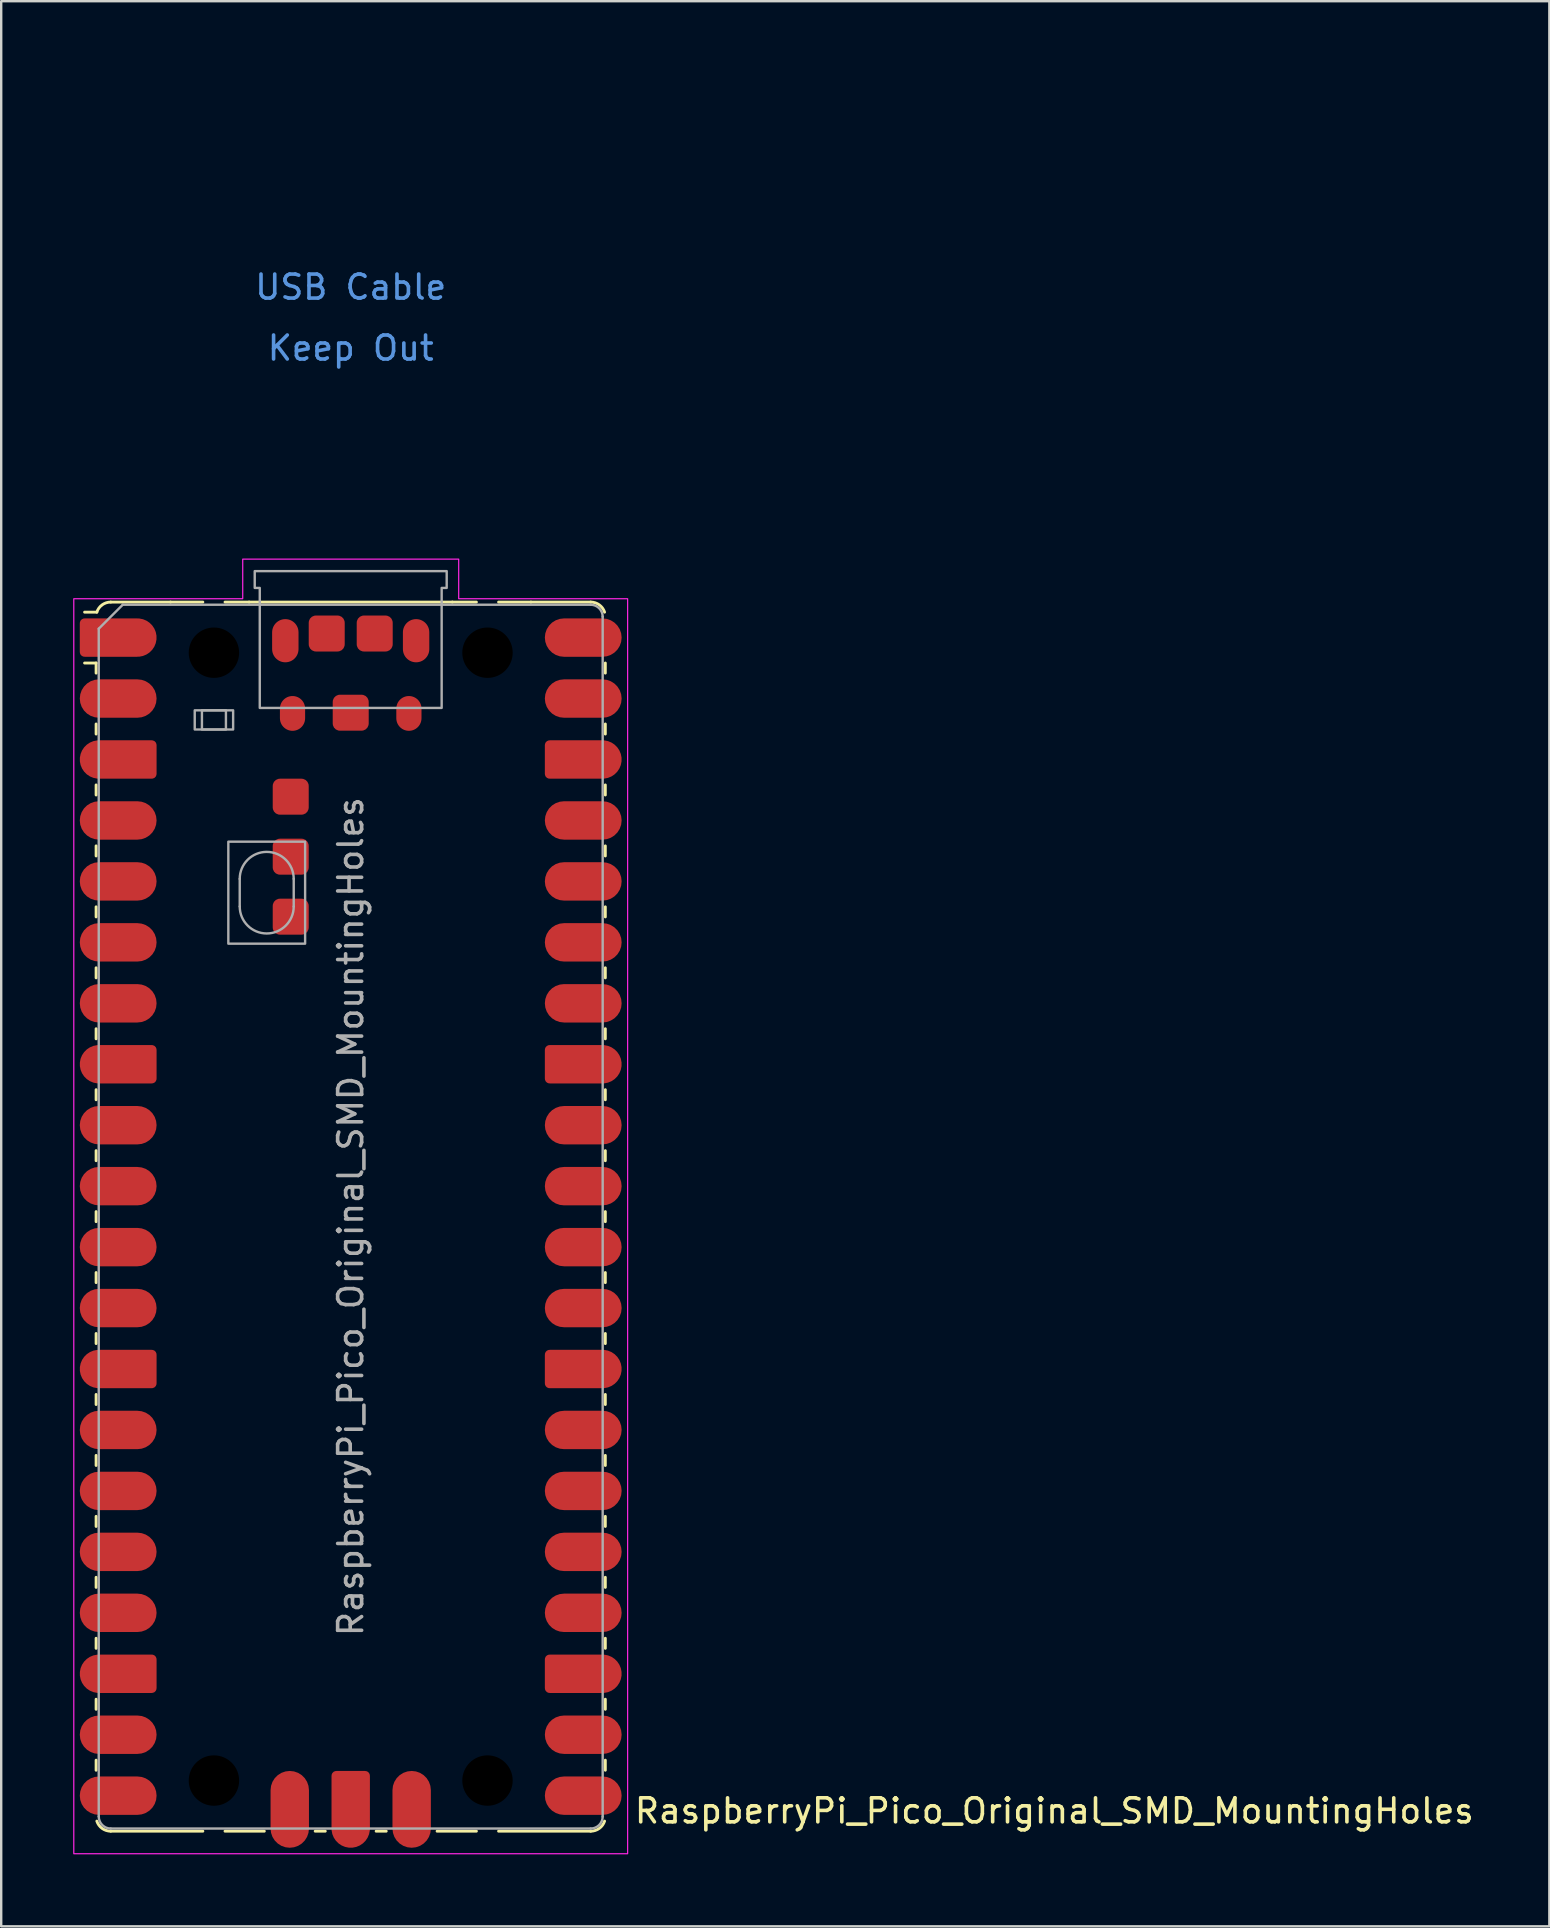
<source format=kicad_pcb>
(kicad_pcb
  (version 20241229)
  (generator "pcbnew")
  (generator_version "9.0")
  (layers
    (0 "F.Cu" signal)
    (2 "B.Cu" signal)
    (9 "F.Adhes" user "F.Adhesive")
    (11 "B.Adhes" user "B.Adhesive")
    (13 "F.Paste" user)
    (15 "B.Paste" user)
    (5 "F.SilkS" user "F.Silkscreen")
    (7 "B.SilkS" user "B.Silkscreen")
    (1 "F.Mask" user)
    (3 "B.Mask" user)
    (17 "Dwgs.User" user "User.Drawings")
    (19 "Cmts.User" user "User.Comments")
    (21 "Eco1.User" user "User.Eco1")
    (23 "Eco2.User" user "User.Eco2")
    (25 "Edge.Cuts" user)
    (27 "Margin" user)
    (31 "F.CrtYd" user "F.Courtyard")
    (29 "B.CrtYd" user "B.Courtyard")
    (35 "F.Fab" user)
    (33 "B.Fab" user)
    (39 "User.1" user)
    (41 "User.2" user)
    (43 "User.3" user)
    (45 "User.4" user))
  (footprint "RaspberryPi_Pico_Original_SMD_MountingHoles"
    (layer "F.Cu")
    (at 11.565 47.65)
    (property "Reference" "RaspberryPi_Pico_Original_SMD_MountingHoles" (at 11.748 24.765 0) (unlocked yes) (layer "F.SilkS") (effects (font (size 1 1) (thickness 0.15)) (justify left)))
    (attr smd)
    (fp_line (start -10.61 -23.07) (end -11.09 -23.07) (stroke (width 0.12) (type solid)) (layer "F.SilkS"))
    (fp_line (start -10.61 -23.07) (end -10.61 -22.65) (stroke (width 0.12) (type solid)) (layer "F.SilkS"))
    (fp_line (start -10.61 -20.53) (end -10.61 -20.11) (stroke (width 0.12) (type solid)) (layer "F.SilkS"))
    (fp_line (start -10.61 -17.99) (end -10.61 -17.57) (stroke (width 0.12) (type solid)) (layer "F.SilkS"))
    (fp_line (start -10.61 -15.45) (end -10.61 -15.03) (stroke (width 0.12) (type solid)) (layer "F.SilkS"))
    (fp_line (start -10.61 -12.91) (end -10.61 -12.49) (stroke (width 0.12) (type solid)) (layer "F.SilkS"))
    (fp_line (start -10.61 -10.37) (end -10.61 -9.95) (stroke (width 0.12) (type solid)) (layer "F.SilkS"))
    (fp_line (start -10.61 -7.83) (end -10.61 -7.41) (stroke (width 0.12) (type solid)) (layer "F.SilkS"))
    (fp_line (start -10.61 -5.29) (end -10.61 -4.87) (stroke (width 0.12) (type solid)) (layer "F.SilkS"))
    (fp_line (start -10.61 -2.75) (end -10.61 -2.33) (stroke (width 0.12) (type solid)) (layer "F.SilkS"))
    (fp_line (start -10.61 -0.21) (end -10.61 0.21) (stroke (width 0.12) (type solid)) (layer "F.SilkS"))
    (fp_line (start -10.61 2.33) (end -10.61 2.75) (stroke (width 0.12) (type solid)) (layer "F.SilkS"))
    (fp_line (start -10.61 4.87) (end -10.61 5.29) (stroke (width 0.12) (type solid)) (layer "F.SilkS"))
    (fp_line (start -10.61 7.41) (end -10.61 7.83) (stroke (width 0.12) (type solid)) (layer "F.SilkS"))
    (fp_line (start -10.61 9.95) (end -10.61 10.37) (stroke (width 0.12) (type solid)) (layer "F.SilkS"))
    (fp_line (start -10.61 12.49) (end -10.61 12.91) (stroke (width 0.12) (type solid)) (layer "F.SilkS"))
    (fp_line (start -10.61 15.03) (end -10.61 15.45) (stroke (width 0.12) (type solid)) (layer "F.SilkS"))
    (fp_line (start -10.61 17.57) (end -10.61 17.99) (stroke (width 0.12) (type solid)) (layer "F.SilkS"))
    (fp_line (start -10.61 20.11) (end -10.61 20.53) (stroke (width 0.12) (type solid)) (layer "F.SilkS"))
    (fp_line (start -10.61 22.65) (end -10.61 23.07) (stroke (width 0.12) (type solid)) (layer "F.SilkS"))
    (fp_line (start -10.58 -25.19) (end -11.09 -25.19) (stroke (width 0.12) (type solid)) (layer "F.SilkS"))
    (fp_line (start -10 -25.61) (end -7.51 -25.61) (stroke (width 0.12) (type solid)) (layer "F.SilkS"))
    (fp_line (start -10 25.61) (end -6.162 25.61) (stroke (width 0.12) (type solid)) (layer "F.SilkS"))
    (fp_line (start -7.51 -25.61) (end -6.162 -25.61) (stroke (width 0.12) (type solid)) (layer "F.SilkS"))
    (fp_line (start -5.238 -25.61) (end -4.235 -25.61) (stroke (width 0.12) (type solid)) (layer "F.SilkS"))
    (fp_line (start -4.235 -25.61) (end 4.235 -25.61) (stroke (width 0.12) (type solid)) (layer "F.SilkS"))
    (fp_line (start -3.6 25.61) (end -5.238 25.61) (stroke (width 0.12) (type solid)) (layer "F.SilkS"))
    (fp_line (start -1.48 25.61) (end -1.06 25.61) (stroke (width 0.12) (type solid)) (layer "F.SilkS"))
    (fp_line (start 1.06 25.61) (end 1.48 25.61) (stroke (width 0.12) (type solid)) (layer "F.SilkS"))
    (fp_line (start 4.235 -25.61) (end 5.238 -25.61) (stroke (width 0.12) (type solid)) (layer "F.SilkS"))
    (fp_line (start 5.238 25.61) (end 3.6 25.61) (stroke (width 0.12) (type solid)) (layer "F.SilkS"))
    (fp_line (start 6.162 -25.61) (end 7.51 -25.61) (stroke (width 0.12) (type solid)) (layer "F.SilkS"))
    (fp_line (start 6.162 25.61) (end 10 25.61) (stroke (width 0.12) (type solid)) (layer "F.SilkS"))
    (fp_line (start 10 -25.61) (end 7.51 -25.61) (stroke (width 0.12) (type solid)) (layer "F.SilkS"))
    (fp_line (start 10.61 -23.07) (end 10.61 -22.65) (stroke (width 0.12) (type solid)) (layer "F.SilkS"))
    (fp_line (start 10.61 -20.53) (end 10.61 -20.11) (stroke (width 0.12) (type solid)) (layer "F.SilkS"))
    (fp_line (start 10.61 -17.99) (end 10.61 -17.57) (stroke (width 0.12) (type solid)) (layer "F.SilkS"))
    (fp_line (start 10.61 -15.45) (end 10.61 -15.03) (stroke (width 0.12) (type solid)) (layer "F.SilkS"))
    (fp_line (start 10.61 -12.91) (end 10.61 -12.49) (stroke (width 0.12) (type solid)) (layer "F.SilkS"))
    (fp_line (start 10.61 -10.37) (end 10.61 -9.95) (stroke (width 0.12) (type solid)) (layer "F.SilkS"))
    (fp_line (start 10.61 -7.83) (end 10.61 -7.41) (stroke (width 0.12) (type solid)) (layer "F.SilkS"))
    (fp_line (start 10.61 -5.29) (end 10.61 -4.87) (stroke (width 0.12) (type solid)) (layer "F.SilkS"))
    (fp_line (start 10.61 -2.75) (end 10.61 -2.33) (stroke (width 0.12) (type solid)) (layer "F.SilkS"))
    (fp_line (start 10.61 -0.21) (end 10.61 0.21) (stroke (width 0.12) (type solid)) (layer "F.SilkS"))
    (fp_line (start 10.61 2.33) (end 10.61 2.75) (stroke (width 0.12) (type solid)) (layer "F.SilkS"))
    (fp_line (start 10.61 4.87) (end 10.61 5.29) (stroke (width 0.12) (type solid)) (layer "F.SilkS"))
    (fp_line (start 10.61 7.41) (end 10.61 7.83) (stroke (width 0.12) (type solid)) (layer "F.SilkS"))
    (fp_line (start 10.61 9.95) (end 10.61 10.37) (stroke (width 0.12) (type solid)) (layer "F.SilkS"))
    (fp_line (start 10.61 12.49) (end 10.61 12.91) (stroke (width 0.12) (type solid)) (layer "F.SilkS"))
    (fp_line (start 10.61 15.03) (end 10.61 15.45) (stroke (width 0.12) (type solid)) (layer "F.SilkS"))
    (fp_line (start 10.61 17.57) (end 10.61 17.99) (stroke (width 0.12) (type solid)) (layer "F.SilkS"))
    (fp_line (start 10.61 20.11) (end 10.61 20.53) (stroke (width 0.12) (type solid)) (layer "F.SilkS"))
    (fp_line (start 10.61 22.65) (end 10.61 23.07) (stroke (width 0.12) (type solid)) (layer "F.SilkS"))
    (fp_arc (start -10.579676 -25.19) (mid -10.357938 -25.493944) (end -10 -25.61) (stroke (width 0.12) (type solid)) (layer "F.SilkS"))
    (fp_arc (start -10 25.61) (mid -10.357937 25.493943) (end -10.579676 25.189937) (stroke (width 0.12) (type solid)) (layer "F.SilkS"))
    (fp_arc (start 10 -25.61) (mid 10.357937 -25.493944) (end 10.579676 -25.189937) (stroke (width 0.12) (type solid)) (layer "F.SilkS"))
    (fp_arc (start 10.579676 25.189937) (mid 10.357953 25.493966) (end 10 25.61) (stroke (width 0.12) (type solid)) (layer "F.SilkS"))
    (fp_poly (pts (xy -4.5 -27.4) (xy 4.5 -27.4) (xy 4.5 -25.75) (xy 11.54 -25.75) (xy 11.54 26.55) (xy -11.54 26.55) (xy -11.54 -25.75) (xy -4.5 -25.75)) (stroke (width 0.05) (type solid)) (fill no) (layer "F.CrtYd"))
    (fp_line (start -10.5 -24.5) (end -9.5 -25.5) (stroke (width 0.1) (type solid)) (layer "F.Fab"))
    (fp_line (start -10.5 25) (end -10.5 -24.5) (stroke (width 0.1) (type solid)) (layer "F.Fab"))
    (fp_line (start -9.5 -25.5) (end 10 -25.5) (stroke (width 0.1) (type solid)) (layer "F.Fab"))
    (fp_line (start -4.625 -14.075) (end -4.625 -12.925) (stroke (width 0.1) (type solid)) (layer "F.Fab"))
    (fp_line (start -2.375 -14.075) (end -2.375 -12.925) (stroke (width 0.1) (type solid)) (layer "F.Fab"))
    (fp_line (start 10 25.5) (end -10 25.5) (stroke (width 0.1) (type solid)) (layer "F.Fab"))
    (fp_line (start 10.5 -25) (end 10.5 25) (stroke (width 0.1) (type solid)) (layer "F.Fab"))
    (fp_rect (start -6.5 -21.1) (end -4.9 -20.3) (stroke (width 0.1) (type solid)) (fill no) (layer "F.Fab"))
    (fp_rect (start -6.2 -21.1) (end -5.2 -20.3) (stroke (width 0.1) (type solid)) (fill no) (layer "F.Fab"))
    (fp_rect (start -5.1 -15.625) (end -1.9 -11.375) (stroke (width 0.1) (type solid)) (fill no) (layer "F.Fab"))
    (fp_arc (start -10 25.5) (mid -10.353553 25.353553) (end -10.5 25) (stroke (width 0.1) (type solid)) (layer "F.Fab"))
    (fp_arc (start -4.625 -14.075) (mid -3.5 -15.2) (end -2.375 -14.075) (stroke (width 0.1) (type solid)) (layer "F.Fab"))
    (fp_arc (start -2.375 -12.925) (mid -3.5 -11.8) (end -4.625 -12.925) (stroke (width 0.1) (type solid)) (layer "F.Fab"))
    (fp_arc (start 10 -25.5) (mid 10.353553 -25.353553) (end 10.5 -25) (stroke (width 0.1) (type solid)) (layer "F.Fab"))
    (fp_arc (start 10.5 25) (mid 10.353553 25.353553) (end 10 25.5) (stroke (width 0.1) (type solid)) (layer "F.Fab"))
    (fp_poly (pts (xy 3.79 -21.2) (xy 3.79 -26.2) (xy 4 -26.2) (xy 4 -26.9) (xy -4 -26.9) (xy -4 -26.2) (xy -3.79 -26.2) (xy -3.79 -21.2)) (stroke (width 0.1) (type solid)) (fill no) (layer "F.Fab"))
    (fp_text user "USB Cable" (at 0 -38.735 0) (unlocked yes) (layer "Cmts.User") (effects (font (size 1 1) (thickness 0.15))))
    (fp_text user "Keep Out" (at 0 -36.195 0) (unlocked yes) (layer "Cmts.User") (effects (font (size 1 1) (thickness 0.15))))
    (fp_text user "${REFERENCE}" (at 0 0 90) (layer "F.Fab") (effects (font (size 1 1) (thickness 0.15))))
    (pad "" np_thru_hole circle (at -5.7 -23.5) (size 3.8 3.8) (drill 2.1) (layers "*.Mask"))
    (pad "" np_thru_hole circle (at -5.7 23.5) (size 3.8 3.8) (drill 2.1) (layers "*.Mask"))
    (pad "" smd oval (at -2.725 -24) (size 1.1 1.8) (layers "F.Cu" "F.Mask" "F.Paste"))
    (pad "" smd oval (at -2.425 -20.97) (size 1.05 1.45) (layers "F.Cu" "F.Mask" "F.Paste"))
    (pad "" smd oval (at 2.425 -20.97) (size 1.05 1.45) (layers "F.Cu" "F.Mask" "F.Paste"))
    (pad "" smd oval (at 2.725 -24) (size 1.1 1.8) (layers "F.Cu" "F.Mask" "F.Paste"))
    (pad "" np_thru_hole circle (at 5.7 -23.5) (size 3.8 3.8) (drill 2.1) (layers "*.Mask"))
    (pad "" np_thru_hole circle (at 5.7 23.5) (size 3.8 3.8) (drill 2.1) (layers "*.Mask"))
    (pad "1" smd custom (at -8.89 -24.13) (size 1.6 1.6) (layers "F.Cu" "F.Mask" "F.Paste") (options (anchor circle)) (primitives (gr_poly (pts (xy -2.4 0.6) (xy -2.4 -0.6) (xy -2.2 -0.8) (xy 0 -0.8) (xy 0 0.8) (xy -2.2 0.8)) (width 0) (fill yes)) (gr_circle (center -2.2 0.6) (end -2 0.6) (width 0) (fill yes)) (gr_circle (center -2.2 -0.6) (end -2 -0.6) (width 0) (fill yes))))
    (pad "2" smd roundrect (at -8.89 -21.59) (size 3.2 1.6) (drill (offset -0.8 0)) (layers "F.Cu" "F.Mask" "F.Paste") (roundrect_rratio 0.5))
    (pad "3" smd custom (at -8.89 -19.05) (size 1.6 1.6) (layers "F.Cu" "F.Mask" "F.Paste") (options (anchor circle)) (primitives (gr_poly (pts (xy 0.8 -0.6) (xy 0.8 0.6) (xy 0.6 0.8) (xy -1.6 0.8) (xy -1.6 -0.8) (xy 0.6 -0.8)) (width 0) (fill yes)) (gr_circle (center 0.6 0.6) (end 0.8 0.6) (width 0) (fill yes)) (gr_circle (center 0.6 -0.6) (end 0.8 -0.6) (width 0) (fill yes)) (gr_circle (center -1.6 0) (end -0.8 0) (width 0) (fill yes))))
    (pad "4" smd roundrect (at -8.89 -16.51) (size 3.2 1.6) (drill (offset -0.8 0)) (layers "F.Cu" "F.Mask" "F.Paste") (roundrect_rratio 0.5))
    (pad "5" smd roundrect (at -8.89 -13.97) (size 3.2 1.6) (drill (offset -0.8 0)) (layers "F.Cu" "F.Mask" "F.Paste") (roundrect_rratio 0.5))
    (pad "6" smd roundrect (at -8.89 -11.43) (size 3.2 1.6) (drill (offset -0.8 0)) (layers "F.Cu" "F.Mask" "F.Paste") (roundrect_rratio 0.5))
    (pad "7" smd roundrect (at -8.89 -8.89) (size 3.2 1.6) (drill (offset -0.8 0)) (layers "F.Cu" "F.Mask" "F.Paste") (roundrect_rratio 0.5))
    (pad "8" smd custom (at -8.89 -6.35) (size 1.6 1.6) (layers "F.Cu" "F.Mask" "F.Paste") (options (anchor circle)) (primitives (gr_poly (pts (xy 0.8 -0.6) (xy 0.8 0.6) (xy 0.6 0.8) (xy -1.6 0.8) (xy -1.6 -0.8) (xy 0.6 -0.8)) (width 0) (fill yes)) (gr_circle (center 0.6 0.6) (end 0.8 0.6) (width 0) (fill yes)) (gr_circle (center 0.6 -0.6) (end 0.8 -0.6) (width 0) (fill yes)) (gr_circle (center -1.6 0) (end -0.8 0) (width 0) (fill yes))))
    (pad "9" smd roundrect (at -8.89 -3.81) (size 3.2 1.6) (drill (offset -0.8 0)) (layers "F.Cu" "F.Mask" "F.Paste") (roundrect_rratio 0.5))
    (pad "10" smd roundrect (at -8.89 -1.27) (size 3.2 1.6) (drill (offset -0.8 0)) (layers "F.Cu" "F.Mask" "F.Paste") (roundrect_rratio 0.5))
    (pad "11" smd roundrect (at -8.89 1.27) (size 3.2 1.6) (drill (offset -0.8 0)) (layers "F.Cu" "F.Mask" "F.Paste") (roundrect_rratio 0.5))
    (pad "12" smd roundrect (at -8.89 3.81) (size 3.2 1.6) (drill (offset -0.8 0)) (layers "F.Cu" "F.Mask" "F.Paste") (roundrect_rratio 0.5))
    (pad "13" smd custom (at -8.89 6.35) (size 1.6 1.6) (layers "F.Cu" "F.Mask" "F.Paste") (options (anchor circle)) (primitives (gr_poly (pts (xy 0.8 -0.6) (xy 0.8 0.6) (xy 0.6 0.8) (xy -1.6 0.8) (xy -1.6 -0.8) (xy 0.6 -0.8)) (width 0) (fill yes)) (gr_circle (center 0.6 0.6) (end 0.8 0.6) (width 0) (fill yes)) (gr_circle (center 0.6 -0.6) (end 0.8 -0.6) (width 0) (fill yes)) (gr_circle (center -1.6 0) (end -0.8 0) (width 0) (fill yes))))
    (pad "14" smd roundrect (at -8.89 8.89) (size 3.2 1.6) (drill (offset -0.8 0)) (layers "F.Cu" "F.Mask" "F.Paste") (roundrect_rratio 0.5))
    (pad "15" smd roundrect (at -8.89 11.43) (size 3.2 1.6) (drill (offset -0.8 0)) (layers "F.Cu" "F.Mask" "F.Paste") (roundrect_rratio 0.5))
    (pad "16" smd roundrect (at -8.89 13.97) (size 3.2 1.6) (drill (offset -0.8 0)) (layers "F.Cu" "F.Mask" "F.Paste") (roundrect_rratio 0.5))
    (pad "17" smd roundrect (at -8.89 16.51) (size 3.2 1.6) (drill (offset -0.8 0)) (layers "F.Cu" "F.Mask" "F.Paste") (roundrect_rratio 0.5))
    (pad "18" smd custom (at -8.89 19.05) (size 1.6 1.6) (layers "F.Cu" "F.Mask" "F.Paste") (options (anchor circle)) (primitives (gr_poly (pts (xy 0.8 -0.6) (xy 0.8 0.6) (xy 0.6 0.8) (xy -1.6 0.8) (xy -1.6 -0.8) (xy 0.6 -0.8)) (width 0) (fill yes)) (gr_circle (center 0.6 0.6) (end 0.8 0.6) (width 0) (fill yes)) (gr_circle (center 0.6 -0.6) (end 0.8 -0.6) (width 0) (fill yes)) (gr_circle (center -1.6 0) (end -0.8 0) (width 0) (fill yes))))
    (pad "19" smd roundrect (at -8.89 21.59) (size 3.2 1.6) (drill (offset -0.8 0)) (layers "F.Cu" "F.Mask" "F.Paste") (roundrect_rratio 0.5))
    (pad "20" smd roundrect (at -8.89 24.13) (size 3.2 1.6) (drill (offset -0.8 0)) (layers "F.Cu" "F.Mask" "F.Paste") (roundrect_rratio 0.5))
    (pad "21" smd roundrect (at 8.89 24.13) (size 3.2 1.6) (drill (offset 0.8 0)) (layers "F.Cu" "F.Mask" "F.Paste") (roundrect_rratio 0.5))
    (pad "22" smd roundrect (at 8.89 21.59) (size 3.2 1.6) (drill (offset 0.8 0)) (layers "F.Cu" "F.Mask" "F.Paste") (roundrect_rratio 0.5))
    (pad "23" smd custom (at 8.89 19.05) (size 1.6 1.6) (layers "F.Cu" "F.Mask" "F.Paste") (options (anchor circle)) (primitives (gr_poly (pts (xy -0.8 -0.6) (xy -0.8 0.6) (xy -0.6 0.8) (xy 1.6 0.8) (xy 1.6 -0.8) (xy -0.6 -0.8)) (width 0) (fill yes)) (gr_circle (center -0.6 0.6) (end -0.4 0.6) (width 0) (fill yes)) (gr_circle (center -0.6 -0.6) (end -0.4 -0.6) (width 0) (fill yes)) (gr_circle (center 1.6 0) (end 2.4 0) (width 0) (fill yes))))
    (pad "24" smd roundrect (at 8.89 16.51) (size 3.2 1.6) (drill (offset 0.8 0)) (layers "F.Cu" "F.Mask" "F.Paste") (roundrect_rratio 0.5))
    (pad "25" smd roundrect (at 8.89 13.97) (size 3.2 1.6) (drill (offset 0.8 0)) (layers "F.Cu" "F.Mask" "F.Paste") (roundrect_rratio 0.5))
    (pad "26" smd roundrect (at 8.89 11.43) (size 3.2 1.6) (drill (offset 0.8 0)) (layers "F.Cu" "F.Mask" "F.Paste") (roundrect_rratio 0.5))
    (pad "27" smd roundrect (at 8.89 8.89) (size 3.2 1.6) (drill (offset 0.8 0)) (layers "F.Cu" "F.Mask" "F.Paste") (roundrect_rratio 0.5))
    (pad "28" smd custom (at 8.89 6.35) (size 1.6 1.6) (layers "F.Cu" "F.Mask" "F.Paste") (options (anchor circle)) (primitives (gr_poly (pts (xy -0.8 -0.6) (xy -0.8 0.6) (xy -0.6 0.8) (xy 1.6 0.8) (xy 1.6 -0.8) (xy -0.6 -0.8)) (width 0) (fill yes)) (gr_circle (center -0.6 0.6) (end -0.4 0.6) (width 0) (fill yes)) (gr_circle (center -0.6 -0.6) (end -0.4 -0.6) (width 0) (fill yes)) (gr_circle (center 1.6 0) (end 2.4 0) (width 0) (fill yes))))
    (pad "29" smd roundrect (at 8.89 3.81) (size 3.2 1.6) (drill (offset 0.8 0)) (layers "F.Cu" "F.Mask" "F.Paste") (roundrect_rratio 0.5))
    (pad "30" smd roundrect (at 8.89 1.27) (size 3.2 1.6) (drill (offset 0.8 0)) (layers "F.Cu" "F.Mask" "F.Paste") (roundrect_rratio 0.5))
    (pad "31" smd roundrect (at 8.89 -1.27) (size 3.2 1.6) (drill (offset 0.8 0)) (layers "F.Cu" "F.Mask" "F.Paste") (roundrect_rratio 0.5))
    (pad "32" smd roundrect (at 8.89 -3.81) (size 3.2 1.6) (drill (offset 0.8 0)) (layers "F.Cu" "F.Mask" "F.Paste") (roundrect_rratio 0.5))
    (pad "33" smd custom (at 8.89 -6.35) (size 1.6 1.6) (layers "F.Cu" "F.Mask" "F.Paste") (options (anchor circle)) (primitives (gr_poly (pts (xy -0.8 -0.6) (xy -0.8 0.6) (xy -0.6 0.8) (xy 1.6 0.8) (xy 1.6 -0.8) (xy -0.6 -0.8)) (width 0) (fill yes)) (gr_circle (center -0.6 0.6) (end -0.4 0.6) (width 0) (fill yes)) (gr_circle (center -0.6 -0.6) (end -0.4 -0.6) (width 0) (fill yes)) (gr_circle (center 1.6 0) (end 2.4 0) (width 0) (fill yes))))
    (pad "34" smd roundrect (at 8.89 -8.89) (size 3.2 1.6) (drill (offset 0.8 0)) (layers "F.Cu" "F.Mask" "F.Paste") (roundrect_rratio 0.5))
    (pad "35" smd roundrect (at 8.89 -11.43) (size 3.2 1.6) (drill (offset 0.8 0)) (layers "F.Cu" "F.Mask" "F.Paste") (roundrect_rratio 0.5))
    (pad "36" smd roundrect (at 8.89 -13.97) (size 3.2 1.6) (drill (offset 0.8 0)) (layers "F.Cu" "F.Mask" "F.Paste") (roundrect_rratio 0.5))
    (pad "37" smd roundrect (at 8.89 -16.51) (size 3.2 1.6) (drill (offset 0.8 0)) (layers "F.Cu" "F.Mask" "F.Paste") (roundrect_rratio 0.5))
    (pad "38" smd custom (at 8.89 -19.05) (size 1.6 1.6) (layers "F.Cu" "F.Mask" "F.Paste") (options (anchor circle)) (primitives (gr_poly (pts (xy -0.8 -0.6) (xy -0.8 0.6) (xy -0.6 0.8) (xy 1.6 0.8) (xy 1.6 -0.8) (xy -0.6 -0.8)) (width 0) (fill yes)) (gr_circle (center -0.6 0.6) (end -0.4 0.6) (width 0) (fill yes)) (gr_circle (center -0.6 -0.6) (end -0.4 -0.6) (width 0) (fill yes)) (gr_circle (center 1.6 0) (end 2.4 0) (width 0) (fill yes))))
    (pad "39" smd roundrect (at 8.89 -21.59) (size 3.2 1.6) (drill (offset 0.8 0)) (layers "F.Cu" "F.Mask" "F.Paste") (roundrect_rratio 0.5))
    (pad "40" smd roundrect (at 8.89 -24.13) (size 3.2 1.6) (drill (offset 0.8 0)) (layers "F.Cu" "F.Mask" "F.Paste") (roundrect_rratio 0.5))
    (pad "D1" smd roundrect (at -2.54 23.9 90) (size 3.2 1.6) (drill (offset -0.8 0)) (layers "F.Cu" "F.Mask" "F.Paste") (roundrect_rratio 0.5))
    (pad "D2" smd custom (at 0 23.9 270) (size 1.6 1.6) (layers "F.Cu" "F.Mask" "F.Paste") (options (anchor circle)) (primitives (gr_poly (pts (xy -0.8 -0.6) (xy -0.8 0.6) (xy -0.6 0.8) (xy 1.6 0.8) (xy 1.6 -0.8) (xy -0.6 -0.8)) (width 0) (fill yes)) (gr_circle (center -0.6 0.6) (end -0.4 0.6) (width 0) (fill yes)) (gr_circle (center -0.6 -0.6) (end -0.4 -0.6) (width 0) (fill yes)) (gr_circle (center 1.6 0) (end 2.4 0) (width 0) (fill yes))))
    (pad "D3" smd roundrect (at 2.54 23.9 90) (size 3.2 1.6) (drill (offset -0.8 0)) (layers "F.Cu" "F.Mask" "F.Paste") (roundrect_rratio 0.5))
    (pad "TP1" smd roundrect (at 0 -21) (size 1.5 1.5) (layers "F.Cu" "F.Mask" "F.Paste") (roundrect_rratio 0.2))
    (pad "TP2" smd roundrect (at 1 -24.3) (size 1.5 1.5) (layers "F.Cu" "F.Mask" "F.Paste") (roundrect_rratio 0.2))
    (pad "TP3" smd roundrect (at -1 -24.3) (size 1.5 1.5) (layers "F.Cu" "F.Mask" "F.Paste") (roundrect_rratio 0.2))
    (pad "TP4" smd roundrect (at -2.5 -17.5) (size 1.5 1.5) (layers "F.Cu" "F.Mask" "F.Paste") (roundrect_rratio 0.2))
    (pad "TP5" smd roundrect (at -2.5 -15) (size 1.5 1.5) (layers "F.Cu" "F.Mask" "F.Paste") (roundrect_rratio 0.2))
    (pad "TP6" smd roundrect (at -2.5 -12.5) (size 1.5 1.5) (layers "F.Cu" "F.Mask" "F.Paste") (roundrect_rratio 0.2))
    (zone (net_name "") (layer "Edge.Cuts") (name "Board Keep Out USB Cable") (hatch edge 0.5) (connect_pads) (min_thickness 0.254) (filled_areas_thickness no) (keepout (tracks allowed) (vias allowed) (pads allowed) (copperpour allowed) (footprints allowed)) (placement (enabled no)) (fill) (polygon (pts (xy 5.365 0) (xy 17.765 0) (xy 17.765 20.4) (xy 5.365 20.4))))
    (zone (net_name "") (layer "F.CrtYd") (name "USB Cable Keep Out") (hatch full 0.5) (connect_pads) (min_thickness 0.254) (filled_areas_thickness no) (keepout (tracks allowed) (vias allowed) (pads allowed) (copperpour allowed) (footprints not_allowed)) (placement (enabled no)) (fill) (polygon (pts (xy 5.815 19.95) (xy 7.625 19.95) (xy 7.625 20.25) (xy 15.505 20.25) (xy 15.505 19.95) (xy 17.315 19.95) (xy 17.315 0.45) (xy 5.815 0.45)))))
  (gr_rect
    (start -3 -3)
    (end 61.515 77.225)
    (stroke (width 0.1) (type default))
    (fill no)
    (layer "Edge.Cuts")))
</source>
